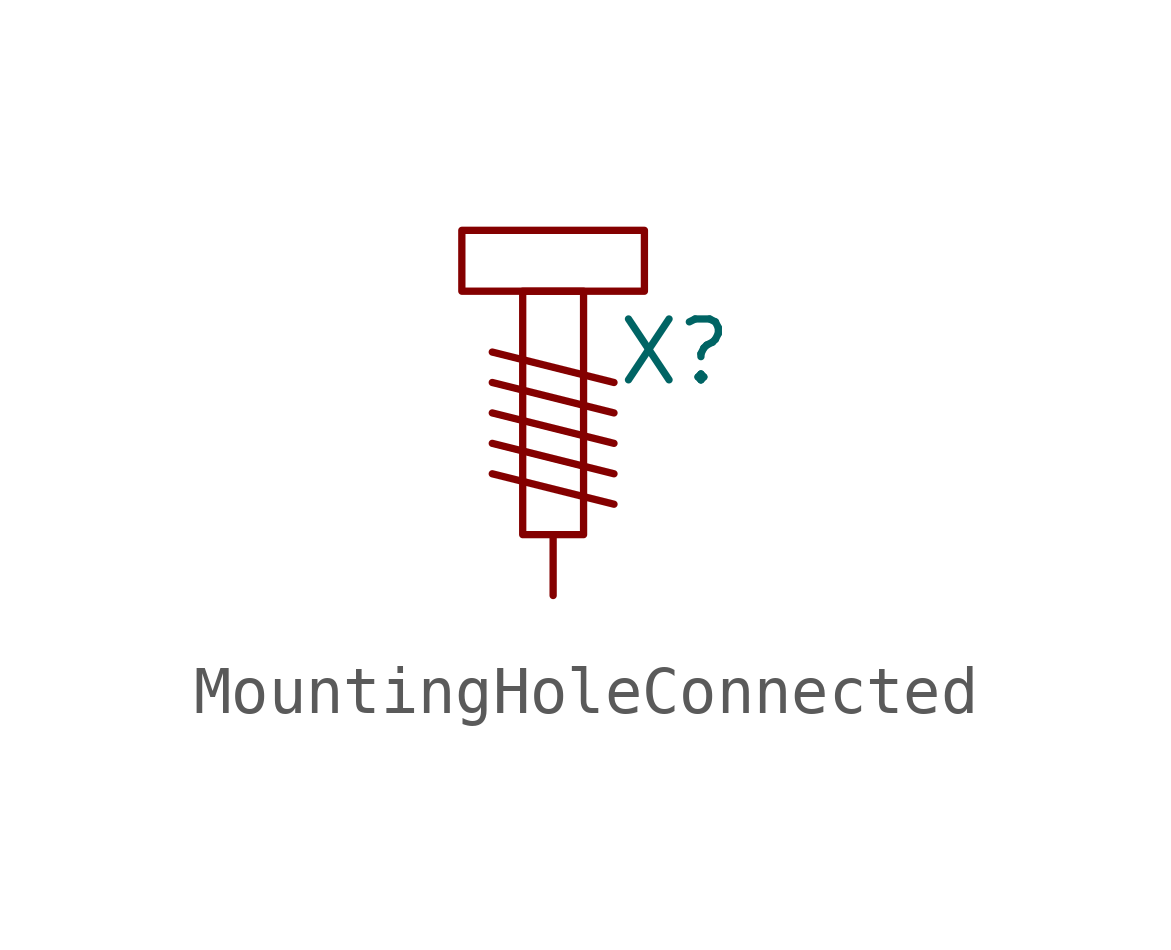
<source format=kicad_sym>
(kicad_symbol_lib
  (version 20211014)
  (generator kicad_symbol_editor)
  (symbol "MountingHoleConnected"
    (pin_numbers hide)
    (pin_names
      (offset 1.016) hide)
    (property "Reference" "X"
      (at 2.54 1.27 0)
      (effects (font (size 1.27 1.27))))
    (symbol "MountingHoleConnected_0_1"
      (rectangle (start -1.905 3.81) (end 1.905 2.54) (stroke (width 0) (type default) (color 0 0 0 0)) (fill (type none)))
      (rectangle (start -0.635 2.54) (end 0.635 -2.54) (stroke (width 0) (type default) (color 0 0 0 0)) (fill (type none)))
      (polyline (pts (xy -1.27 -1.27) (xy 1.27 -1.905)) (stroke (width 0) (type default) (color 0 0 0 0)) (fill (type none)))
      (polyline (pts (xy -1.27 -0.635) (xy 1.27 -1.27)) (stroke (width 0) (type default) (color 0 0 0 0)) (fill (type none)))
      (polyline (pts (xy -1.27 0) (xy 1.27 -0.635)) (stroke (width 0) (type default) (color 0 0 0 0)) (fill (type none)))
      (polyline (pts (xy -1.27 0.635) (xy 1.27 0)) (stroke (width 0) (type default) (color 0 0 0 0)) (fill (type none)))
      (polyline (pts (xy -1.27 1.27) (xy 1.27 0.635)) (stroke (width 0) (type default) (color 0 0 0 0)) (fill (type none))))
    (symbol "MountingHoleConnected_1_1"
      (pin passive line (at 0 -3.81 90) (length 1.27) (name "1" (effects (font (size 1.27 1.27)))) (number "1" (effects (font (size 1.27 1.27))))))))
</source>
